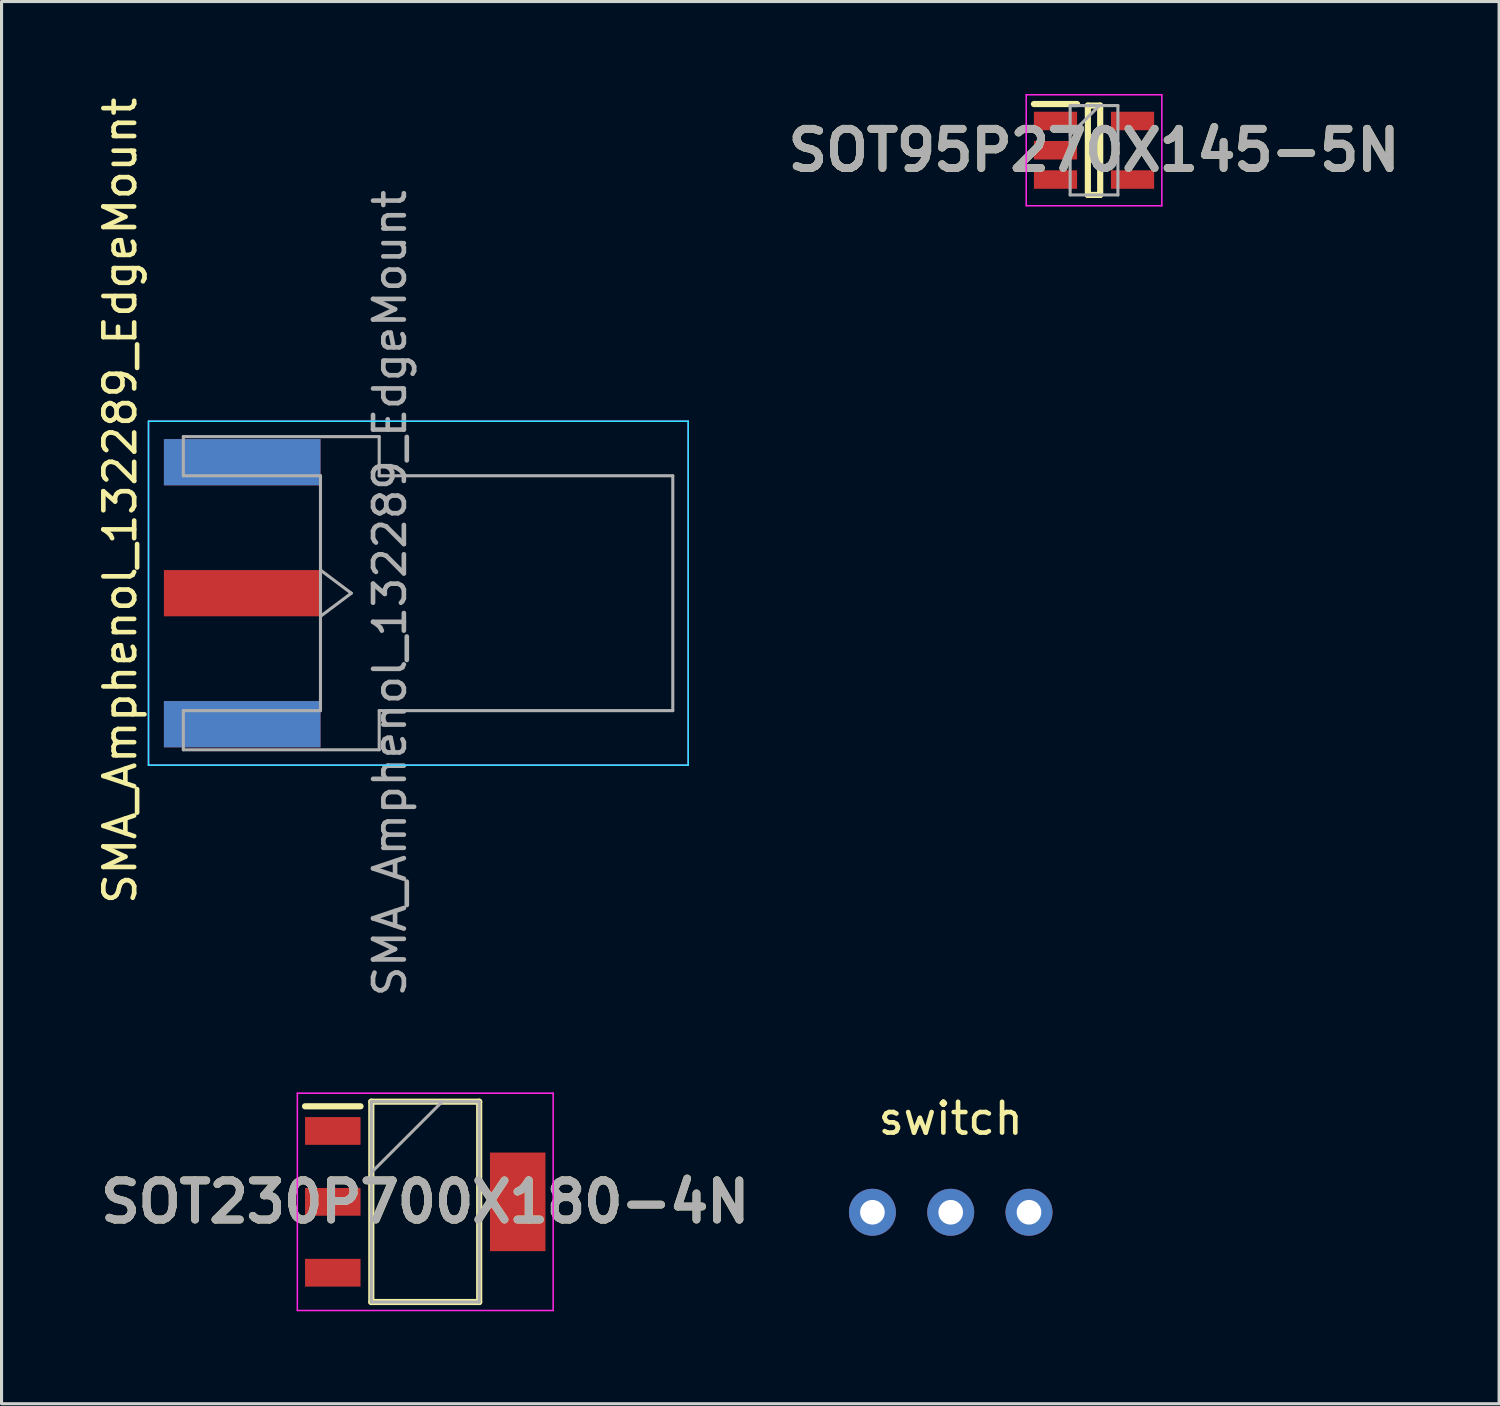
<source format=kicad_pcb>
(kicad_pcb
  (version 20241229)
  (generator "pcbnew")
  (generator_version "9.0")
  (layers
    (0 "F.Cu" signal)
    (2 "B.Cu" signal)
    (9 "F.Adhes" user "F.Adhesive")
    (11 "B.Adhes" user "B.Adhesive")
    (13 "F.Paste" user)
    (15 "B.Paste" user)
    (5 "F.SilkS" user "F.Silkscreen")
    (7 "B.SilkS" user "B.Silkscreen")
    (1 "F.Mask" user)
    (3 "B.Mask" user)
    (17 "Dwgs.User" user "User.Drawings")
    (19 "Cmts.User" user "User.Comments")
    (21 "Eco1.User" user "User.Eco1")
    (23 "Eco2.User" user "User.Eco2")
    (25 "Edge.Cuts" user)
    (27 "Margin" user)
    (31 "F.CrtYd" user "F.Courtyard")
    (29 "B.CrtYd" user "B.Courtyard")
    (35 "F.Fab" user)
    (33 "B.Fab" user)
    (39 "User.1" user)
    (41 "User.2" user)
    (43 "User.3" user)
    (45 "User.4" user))
  (footprint "SOT230P700X180-4N"
    (layer "F.Cu")
    (at 10.747 35.943)
    (property "Reference" "SOT230P700X180-4N" (at 0 0 0) (layer "F.SilkS") (effects (font (size 1.27 1.27) (thickness 0.254))))
    (attr smd)
    (fp_line (start -3.9 -3.1) (end -2.1 -3.1) (stroke (width 0.2) (type solid)) (layer "F.SilkS"))
    (fp_line (start -1.75 -3.25) (end 1.75 -3.25) (stroke (width 0.2) (type solid)) (layer "F.SilkS"))
    (fp_line (start -1.75 3.25) (end -1.75 -3.25) (stroke (width 0.2) (type solid)) (layer "F.SilkS"))
    (fp_line (start 1.75 -3.25) (end 1.75 3.25) (stroke (width 0.2) (type solid)) (layer "F.SilkS"))
    (fp_line (start 1.75 3.25) (end -1.75 3.25) (stroke (width 0.2) (type solid)) (layer "F.SilkS"))
    (fp_line (start -4.15 -3.525) (end 4.15 -3.525) (stroke (width 0.05) (type solid)) (layer "F.CrtYd"))
    (fp_line (start -4.15 3.525) (end -4.15 -3.525) (stroke (width 0.05) (type solid)) (layer "F.CrtYd"))
    (fp_line (start 4.15 -3.525) (end 4.15 3.525) (stroke (width 0.05) (type solid)) (layer "F.CrtYd"))
    (fp_line (start 4.15 3.525) (end -4.15 3.525) (stroke (width 0.05) (type solid)) (layer "F.CrtYd"))
    (fp_line (start -1.75 -3.25) (end 1.75 -3.25) (stroke (width 0.1) (type solid)) (layer "F.Fab"))
    (fp_line (start -1.75 -0.95) (end 0.55 -3.25) (stroke (width 0.1) (type solid)) (layer "F.Fab"))
    (fp_line (start -1.75 3.25) (end -1.75 -3.25) (stroke (width 0.1) (type solid)) (layer "F.Fab"))
    (fp_line (start 1.75 -3.25) (end 1.75 3.25) (stroke (width 0.1) (type solid)) (layer "F.Fab"))
    (fp_line (start 1.75 3.25) (end -1.75 3.25) (stroke (width 0.1) (type solid)) (layer "F.Fab"))
    (fp_text user "${REFERENCE}" (at 0 0 0) (layer "F.Fab") (effects (font (size 1.27 1.27) (thickness 0.254))))
    (pad "1" smd rect (at -3 -2.3 90) (size 0.9 1.8) (layers "F.Cu" "F.Mask" "F.Paste"))
    (pad "2" smd rect (at -3 0 90) (size 0.9 1.8) (layers "F.Cu" "F.Mask" "F.Paste"))
    (pad "3" smd rect (at -3 2.3 90) (size 0.9 1.8) (layers "F.Cu" "F.Mask" "F.Paste"))
    (pad "4" smd rect (at 3 0) (size 1.8 3.2) (layers "F.Cu" "F.Mask" "F.Paste")))
  (footprint "SOT95P270X145-5N"
    (layer "F.Cu")
    (at 32.445 1.825)
    (property "Reference" "SOT95P270X145-5N" (at 0 0 0) (layer "F.SilkS") (effects (font (size 1.27 1.27) (thickness 0.254))))
    (attr smd)
    (fp_line (start -1.95 -1.5) (end -0.55 -1.5) (stroke (width 0.2) (type solid)) (layer "F.SilkS"))
    (fp_line (start -0.2 -1.45) (end 0.2 -1.45) (stroke (width 0.2) (type solid)) (layer "F.SilkS"))
    (fp_line (start -0.2 1.45) (end -0.2 -1.45) (stroke (width 0.2) (type solid)) (layer "F.SilkS"))
    (fp_line (start 0.2 -1.45) (end 0.2 1.45) (stroke (width 0.2) (type solid)) (layer "F.SilkS"))
    (fp_line (start 0.2 1.45) (end -0.2 1.45) (stroke (width 0.2) (type solid)) (layer "F.SilkS"))
    (fp_line (start -2.2 -1.8) (end 2.2 -1.8) (stroke (width 0.05) (type solid)) (layer "F.CrtYd"))
    (fp_line (start -2.2 1.8) (end -2.2 -1.8) (stroke (width 0.05) (type solid)) (layer "F.CrtYd"))
    (fp_line (start 2.2 -1.8) (end 2.2 1.8) (stroke (width 0.05) (type solid)) (layer "F.CrtYd"))
    (fp_line (start 2.2 1.8) (end -2.2 1.8) (stroke (width 0.05) (type solid)) (layer "F.CrtYd"))
    (fp_line (start -0.775 -1.45) (end 0.775 -1.45) (stroke (width 0.1) (type solid)) (layer "F.Fab"))
    (fp_line (start -0.775 -0.5) (end 0.175 -1.45) (stroke (width 0.1) (type solid)) (layer "F.Fab"))
    (fp_line (start -0.775 1.45) (end -0.775 -1.45) (stroke (width 0.1) (type solid)) (layer "F.Fab"))
    (fp_line (start 0.775 -1.45) (end 0.775 1.45) (stroke (width 0.1) (type solid)) (layer "F.Fab"))
    (fp_line (start 0.775 1.45) (end -0.775 1.45) (stroke (width 0.1) (type solid)) (layer "F.Fab"))
    (fp_text user "${REFERENCE}" (at 0 0 0) (layer "F.Fab") (effects (font (size 1.27 1.27) (thickness 0.254))))
    (pad "1" smd rect (at -1.25 -0.95 90) (size 0.6 1.4) (layers "F.Cu" "F.Mask" "F.Paste"))
    (pad "2" smd rect (at -1.25 0 90) (size 0.6 1.4) (layers "F.Cu" "F.Mask" "F.Paste"))
    (pad "3" smd rect (at -1.25 0.95 90) (size 0.6 1.4) (layers "F.Cu" "F.Mask" "F.Paste"))
    (pad "4" smd rect (at 1.25 0.95 90) (size 0.6 1.4) (layers "F.Cu" "F.Mask" "F.Paste"))
    (pad "5" smd rect (at 1.25 -0.95 90) (size 0.6 1.4) (layers "F.Cu" "F.Mask" "F.Paste")))
  (footprint "SMA_Amphenol_132289_EdgeMount"
    (layer "F.Cu")
    (at 4.808 16.196)
    (property "Reference" "SMA_Amphenol_132289_EdgeMount" (at -3.96 -3 90) (layer "F.SilkS") (effects (font (size 1 1) (thickness 0.15))))
    (attr smd)
    (fp_line (start -3.04 5.58) (end -3.04 -5.58) (stroke (width 0.05) (type solid)) (layer "B.CrtYd"))
    (fp_line (start 14.47 -5.58) (end -3.04 -5.58) (stroke (width 0.05) (type solid)) (layer "B.CrtYd"))
    (fp_line (start 14.47 -5.58) (end 14.47 5.58) (stroke (width 0.05) (type solid)) (layer "B.CrtYd"))
    (fp_line (start 14.47 5.58) (end -3.04 5.58) (stroke (width 0.05) (type solid)) (layer "B.CrtYd"))
    (fp_line (start -3.04 5.58) (end -3.04 -5.58) (stroke (width 0.05) (type solid)) (layer "F.CrtYd"))
    (fp_line (start 14.47 -5.58) (end -3.04 -5.58) (stroke (width 0.05) (type solid)) (layer "F.CrtYd"))
    (fp_line (start 14.47 -5.58) (end 14.47 5.58) (stroke (width 0.05) (type solid)) (layer "F.CrtYd"))
    (fp_line (start 14.47 5.58) (end -3.04 5.58) (stroke (width 0.05) (type solid)) (layer "F.CrtYd"))
    (fp_line (start -1.91 -5.08) (end -1.91 -3.81) (stroke (width 0.1) (type solid)) (layer "F.Fab"))
    (fp_line (start -1.91 -5.08) (end 4.445 -5.08) (stroke (width 0.1) (type solid)) (layer "F.Fab"))
    (fp_line (start -1.91 -3.81) (end 2.54 -3.81) (stroke (width 0.1) (type solid)) (layer "F.Fab"))
    (fp_line (start -1.91 3.81) (end -1.91 5.08) (stroke (width 0.1) (type solid)) (layer "F.Fab"))
    (fp_line (start -1.91 5.08) (end 4.445 5.08) (stroke (width 0.1) (type solid)) (layer "F.Fab"))
    (fp_line (start 2.54 -3.81) (end 2.54 3.81) (stroke (width 0.1) (type solid)) (layer "F.Fab"))
    (fp_line (start 2.54 -0.75) (end 3.54 0) (stroke (width 0.1) (type solid)) (layer "F.Fab"))
    (fp_line (start 2.54 3.81) (end -1.91 3.81) (stroke (width 0.1) (type solid)) (layer "F.Fab"))
    (fp_line (start 3.54 0) (end 2.54 0.75) (stroke (width 0.1) (type solid)) (layer "F.Fab"))
    (fp_line (start 4.445 -3.81) (end 4.445 -5.08) (stroke (width 0.1) (type solid)) (layer "F.Fab"))
    (fp_line (start 4.445 -3.81) (end 13.97 -3.81) (stroke (width 0.1) (type solid)) (layer "F.Fab"))
    (fp_line (start 4.445 5.08) (end 4.445 3.81) (stroke (width 0.1) (type solid)) (layer "F.Fab"))
    (fp_line (start 13.97 -3.81) (end 13.97 3.81) (stroke (width 0.1) (type solid)) (layer "F.Fab"))
    (fp_line (start 13.97 3.81) (end 4.445 3.81) (stroke (width 0.1) (type solid)) (layer "F.Fab"))
    (fp_text user "${REFERENCE}" (at 4.79 0 270) (layer "F.Fab") (effects (font (size 1 1) (thickness 0.15))))
    (pad "1" smd rect (at 0 0 90) (size 1.5 5.08) (layers "F.Cu" "F.Mask" "F.Paste"))
    (pad "2" smd rect (at 0 -4.25 90) (size 1.5 5.08) (layers "F.Cu" "F.Mask" "F.Paste"))
    (pad "2" smd rect (at 0 -4.25 90) (size 1.5 5.08) (layers "B.Cu" "B.Mask" "B.Paste"))
    (pad "2" smd rect (at 0 4.25 90) (size 1.5 5.08) (layers "F.Cu" "F.Mask" "F.Paste"))
    (pad "2" smd rect (at 0 4.25 90) (size 1.5 5.08) (layers "B.Cu" "B.Mask" "B.Paste")))
  (footprint "switch"
    (layer "F.Cu")
    (at 27.795 33.741)
    (property "Reference" "switch" (at 0 -0.5 0) (unlocked yes) (layer "F.SilkS") (effects (font (size 1 1) (thickness 0.15))))
    (attr through_hole)
    (pad "1" thru_hole circle (at -2.54 2.54) (size 1.524 1.524) (drill 0.8) (layers "*.Cu" "*.Mask"))
    (pad "2" thru_hole circle (at 0 2.54) (size 1.524 1.524) (drill 0.8) (layers "*.Cu" "*.Mask"))
    (pad "3" thru_hole circle (at 2.54 2.54) (size 1.524 1.524) (drill 0.8) (layers "*.Cu" "*.Mask")))
  (gr_rect
    (start -3 -3)
    (end 45.587 42.493)
    (stroke (width 0.1) (type default))
    (fill no)
    (layer "Edge.Cuts")))
</source>
